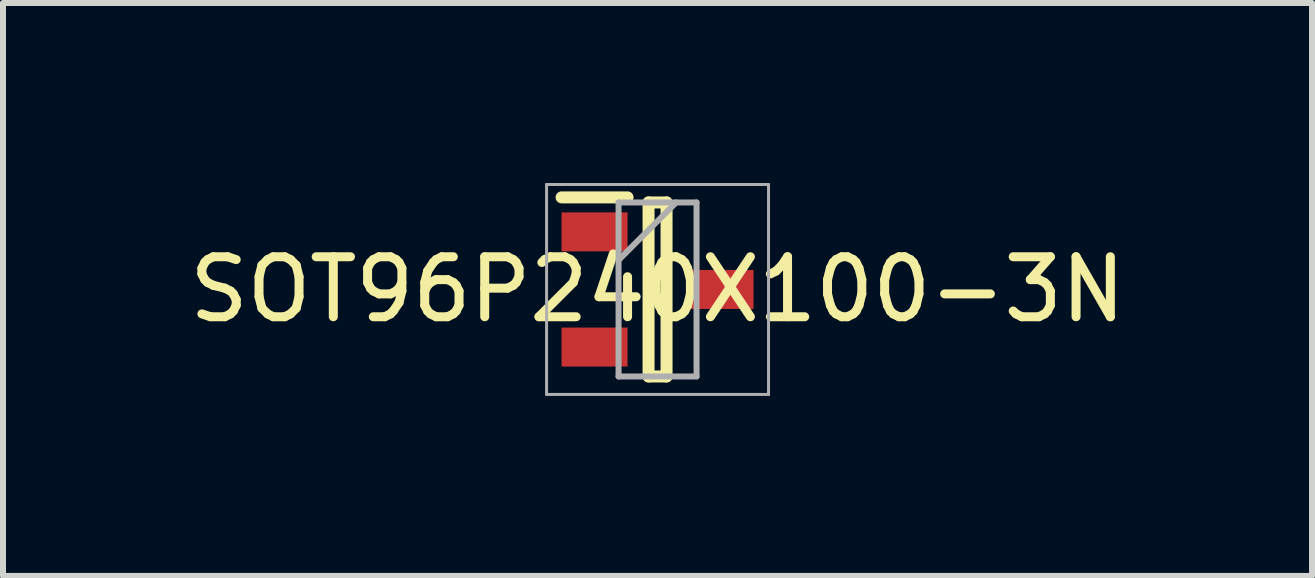
<source format=kicad_pcb>
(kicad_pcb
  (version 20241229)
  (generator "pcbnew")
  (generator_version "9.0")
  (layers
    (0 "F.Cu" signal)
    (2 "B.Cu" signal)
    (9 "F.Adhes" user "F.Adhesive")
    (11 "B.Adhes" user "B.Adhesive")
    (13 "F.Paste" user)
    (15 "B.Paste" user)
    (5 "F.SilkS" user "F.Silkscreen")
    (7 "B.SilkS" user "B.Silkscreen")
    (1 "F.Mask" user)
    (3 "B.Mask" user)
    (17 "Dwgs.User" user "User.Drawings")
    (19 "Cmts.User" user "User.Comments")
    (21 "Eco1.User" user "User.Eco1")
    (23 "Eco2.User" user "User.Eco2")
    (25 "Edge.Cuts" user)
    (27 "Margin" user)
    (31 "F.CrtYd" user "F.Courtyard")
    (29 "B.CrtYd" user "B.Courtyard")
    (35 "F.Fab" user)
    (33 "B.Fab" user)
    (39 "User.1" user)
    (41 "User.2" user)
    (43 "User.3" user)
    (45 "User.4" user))
  (footprint "SOT96P240X100-3N"
    (layer "F.Cu")
    (at 7.911 1.775)
    (property "Reference" "SOT96P240X100-3N" (at 0 0 0) (layer "F.SilkS") (effects (font (size 1 1) (thickness 0.15))))
    (attr smd)
    (fp_line (start -1.6 -1.535) (end -0.5 -1.535) (stroke (width 0.2) (type solid)) (layer "F.SilkS"))
    (fp_line (start -0.15 -1.45) (end 0.15 -1.45) (stroke (width 0.2) (type solid)) (layer "F.SilkS"))
    (fp_line (start -0.15 1.45) (end -0.15 -1.45) (stroke (width 0.2) (type solid)) (layer "F.SilkS"))
    (fp_line (start 0.15 -1.45) (end 0.15 1.45) (stroke (width 0.2) (type solid)) (layer "F.SilkS"))
    (fp_line (start 0.15 1.45) (end -0.15 1.45) (stroke (width 0.2) (type solid)) (layer "F.SilkS"))
    (fp_line (start -1.85 -1.75) (end 1.85 -1.75) (stroke (width 0.05) (type solid)) (layer "F.Fab"))
    (fp_line (start -1.85 1.75) (end -1.85 -1.75) (stroke (width 0.05) (type solid)) (layer "F.Fab"))
    (fp_line (start -0.65 -1.45) (end 0.65 -1.45) (stroke (width 0.1) (type solid)) (layer "F.Fab"))
    (fp_line (start -0.65 -0.49) (end 0.31 -1.45) (stroke (width 0.1) (type solid)) (layer "F.Fab"))
    (fp_line (start -0.65 1.45) (end -0.65 -1.45) (stroke (width 0.1) (type solid)) (layer "F.Fab"))
    (fp_line (start 0.65 -1.45) (end 0.65 1.45) (stroke (width 0.1) (type solid)) (layer "F.Fab"))
    (fp_line (start 0.65 1.45) (end -0.65 1.45) (stroke (width 0.1) (type solid)) (layer "F.Fab"))
    (fp_line (start 1.85 -1.75) (end 1.85 1.75) (stroke (width 0.05) (type solid)) (layer "F.Fab"))
    (fp_line (start 1.85 1.75) (end -1.85 1.75) (stroke (width 0.05) (type solid)) (layer "F.Fab"))
    (pad "1" smd rect (at -1.05 -0.96) (size 1.1 0.65) (layers "F.Cu" "F.Mask" "F.Paste"))
    (pad "2" smd rect (at -1.05 0.96) (size 1.1 0.65) (layers "F.Cu" "F.Mask" "F.Paste"))
    (pad "3" smd rect (at 1.05 0) (size 1.1 0.65) (layers "F.Cu" "F.Mask" "F.Paste")))
  (gr_rect
    (start -3 -3)
    (end 18.821 6.55)
    (stroke (width 0.1) (type default))
    (fill no)
    (layer "Edge.Cuts")))
</source>
